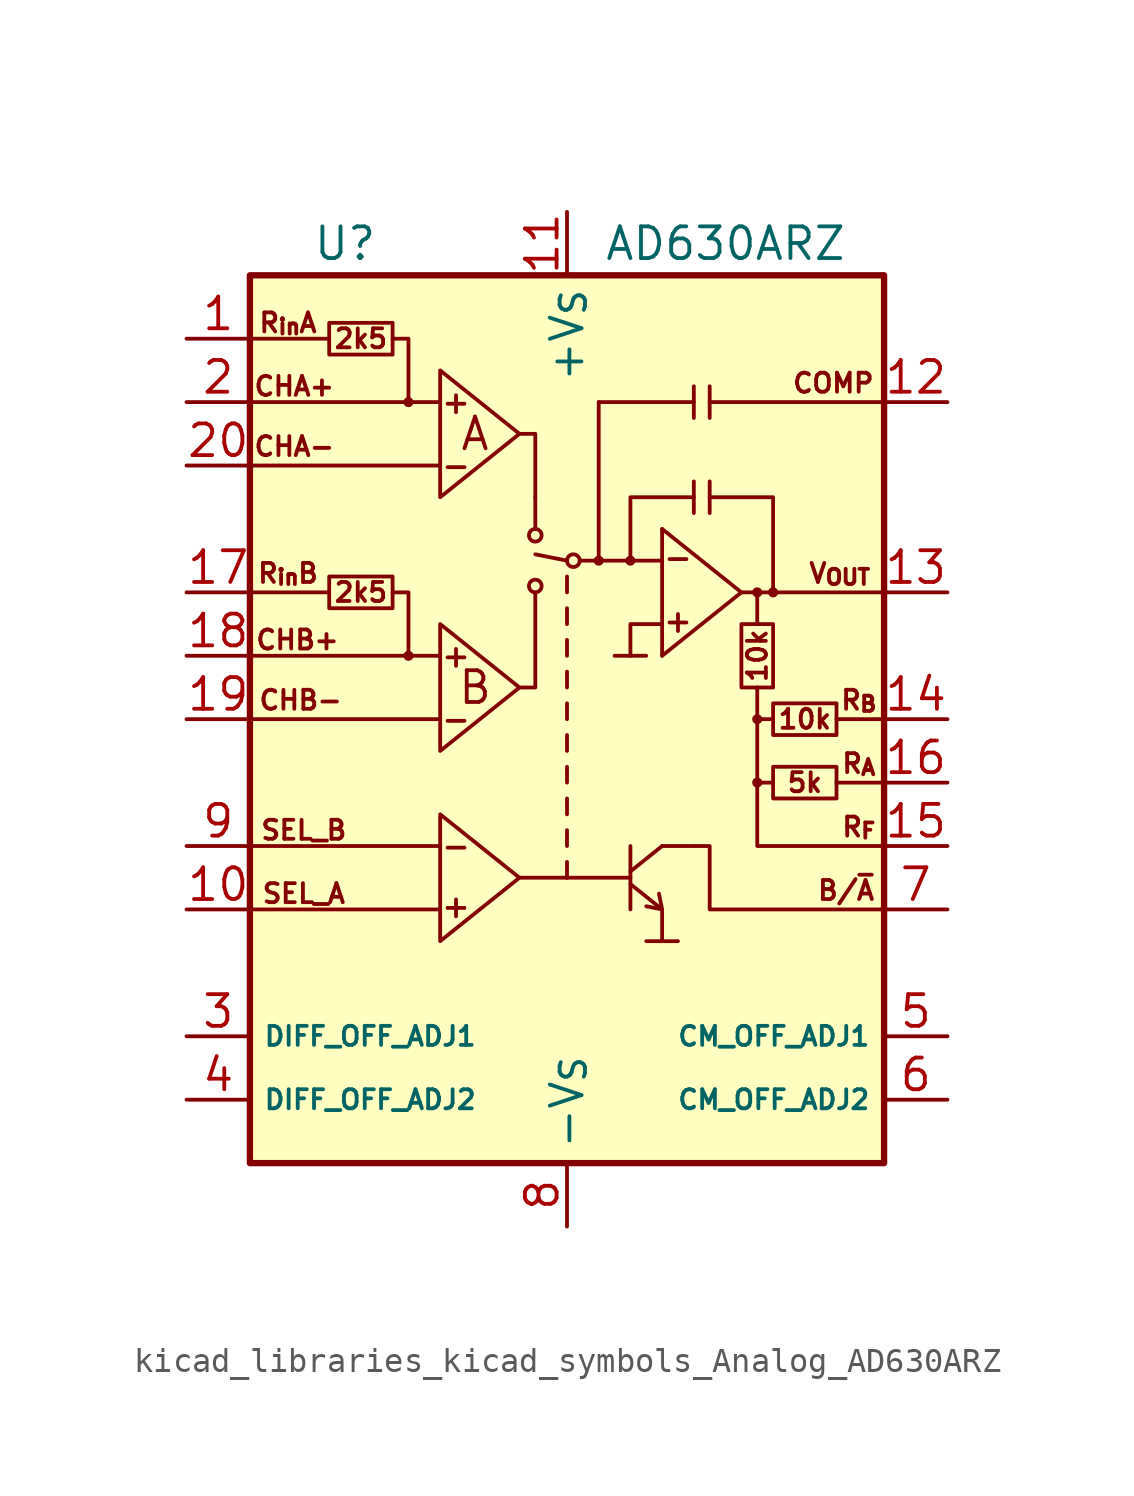
<source format=kicad_sym>
(kicad_symbol_lib
  (version 20220914)
  (generator kicad_symbol_editor)
  (symbol "kicad_libraries_kicad_symbols_Analog_AD630ARZ"
    (property "Reference" "U"
      (at -8.89 19.05 0)
      (effects (font (size 1.27 1.27))))
    (property "Value" "AD630ARZ"
      (at 6.35 19.05 0)
      (effects (font (size 1.27 1.27))))
    (symbol "kicad_libraries_kicad_symbols_Analog_AD630ARZ_0_0"
      (text "+" (at -4.445 -7.493 0) (effects (font (size 0.889 0.889))))
      (text "+" (at -4.445 2.54 0) (effects (font (size 0.889 0.889))))
      (text "+" (at -4.445 12.7 0) (effects (font (size 0.889 0.889))))
      (text "+" (at 4.445 3.937 0) (effects (font (size 0.889 0.889))))
      (text "-" (at -4.445 -5.08 0) (effects (font (size 0.889 0.889))))
      (text "-" (at -4.445 0 0) (effects (font (size 0.889 0.889))))
      (text "-" (at -4.445 10.16 0) (effects (font (size 0.889 0.889))))
      (text "-" (at 4.445 6.477 0) (effects (font (size 0.889 0.889))))
      (text "10k" (at 7.62 2.54 900) (effects (font (size 0.762 0.762))))
      (text "10k" (at 9.525 0 0) (effects (font (size 0.762 0.762))))
      (text "2k5" (at -8.255 5.08 0) (effects (font (size 0.762 0.762))))
      (text "2k5" (at -8.255 15.24 0) (effects (font (size 0.762 0.762))))
      (text "5k" (at 9.525 -2.54 0) (effects (font (size 0.762 0.762))))
      (text "A" (at -3.683 11.43 0) (effects (font (size 1.27 1.27))))
      (text "B" (at -3.683 1.27 0) (effects (font (size 1.27 1.27))))
      (text "B/~{A}" (at 11.176 -6.858 0) (effects (font (size 0.762 0.762))))
      (text "CHA+" (at -10.922 13.335 0) (effects (font (size 0.762 0.762))))
      (text "CHA-" (at -10.922 10.922 0) (effects (font (size 0.762 0.762))))
      (text "CHB+" (at -10.795 3.175 0) (effects (font (size 0.762 0.762))))
      (text "CHB-" (at -10.668 0.762 0) (effects (font (size 0.762 0.762))))
      (text "COMP" (at 10.668 13.462 0) (effects (font (size 0.762 0.762))))
      (text "R_{A}" (at 11.684 -1.778 0) (effects (font (size 0.762 0.762))))
      (text "R_{B}" (at 11.684 0.762 0) (effects (font (size 0.762 0.762))))
      (text "R_{F}" (at 11.684 -4.318 0) (effects (font (size 0.762 0.762))))
      (text "R_{in}A" (at -11.176 15.875 0) (effects (font (size 0.762 0.762))))
      (text "R_{in}B" (at -11.176 5.842 0) (effects (font (size 0.762 0.762))))
      (text "SEL_A" (at -10.541 -6.985 0) (effects (font (size 0.762 0.762))))
      (text "SEL_B" (at -10.541 -4.445 0) (effects (font (size 0.762 0.762))))
      (text "V_{OUT}" (at 10.922 5.842 0) (effects (font (size 0.762 0.762)))))
    (symbol "kicad_libraries_kicad_symbols_Analog_AD630ARZ_0_1"
      (rectangle (start -12.7 17.78) (end 12.7 -17.78) (stroke (width 0.254) (type default)) (fill (type background)))
      (circle (center -6.35 2.54) (radius 0.127) (stroke (width 0) (type default)) (fill (type none)))
      (circle (center -6.35 12.7) (radius 0.127) (stroke (width 0) (type default)) (fill (type none)))
      (circle (center -1.27 5.334) (radius 0.254) (stroke (width 0) (type default)) (fill (type none)))
      (circle (center -1.27 7.366) (radius 0.254) (stroke (width 0) (type default)) (fill (type none)))
      (polyline (pts (xy -12.7 -7.62) (xy -5.08 -7.62)) (stroke (width 0) (type default)) (fill (type none)))
      (polyline (pts (xy -12.7 -5.08) (xy -5.08 -5.08)) (stroke (width 0) (type default)) (fill (type none)))
      (polyline (pts (xy -12.7 0) (xy -5.08 0)) (stroke (width 0) (type default)) (fill (type none)))
      (polyline (pts (xy -12.7 5.08) (xy -9.525 5.08)) (stroke (width 0) (type default)) (fill (type none)))
      (polyline (pts (xy -12.7 10.16) (xy -5.08 10.16)) (stroke (width 0) (type default)) (fill (type none)))
      (polyline (pts (xy -12.7 15.24) (xy -9.525 15.24)) (stroke (width 0) (type default)) (fill (type none)))
      (polyline (pts (xy -6.35 12.7) (xy -5.08 12.7)) (stroke (width 0) (type default)) (fill (type none)))
      (polyline (pts (xy -1.905 -6.35) (xy 0 -6.35)) (stroke (width 0) (type default)) (fill (type none)))
      (polyline (pts (xy -1.27 8.89) (xy -1.27 7.62)) (stroke (width 0) (type default)) (fill (type none)))
      (polyline (pts (xy 0 -6.35) (xy 2.54 -6.35)) (stroke (width 0) (type default)) (fill (type none)))
      (polyline (pts (xy 0 -5.715) (xy 0 -6.35)) (stroke (width 0) (type default)) (fill (type none)))
      (polyline (pts (xy 0 -4.445) (xy 0 -5.08)) (stroke (width 0) (type default)) (fill (type none)))
      (polyline (pts (xy 0 -3.175) (xy 0 -3.81)) (stroke (width 0) (type default)) (fill (type none)))
      (polyline (pts (xy 0 -1.905) (xy 0 -2.54)) (stroke (width 0) (type default)) (fill (type none)))
      (polyline (pts (xy 0 -0.635) (xy 0 -1.27)) (stroke (width 0) (type default)) (fill (type none)))
      (polyline (pts (xy 0 0.635) (xy 0 0)) (stroke (width 0) (type default)) (fill (type none)))
      (polyline (pts (xy 0 1.905) (xy 0 1.27)) (stroke (width 0) (type default)) (fill (type none)))
      (polyline (pts (xy 0 3.175) (xy 0 2.54)) (stroke (width 0) (type default)) (fill (type none)))
      (polyline (pts (xy 0 4.445) (xy 0 3.81)) (stroke (width 0) (type default)) (fill (type none)))
      (polyline (pts (xy 0 5.715) (xy 0 5.08)) (stroke (width 0) (type default)) (fill (type none)))
      (polyline (pts (xy 0 6.35) (xy -1.27 6.604)) (stroke (width 0) (type default)) (fill (type none)))
      (polyline (pts (xy 1.27 6.35) (xy 0.508 6.35)) (stroke (width 0) (type default)) (fill (type none)))
      (polyline (pts (xy 1.27 6.35) (xy 1.27 12.7)) (stroke (width 0) (type default)) (fill (type none)))
      (polyline (pts (xy 1.27 6.35) (xy 3.81 6.35)) (stroke (width 0) (type default)) (fill (type none)))
      (polyline (pts (xy 1.905 2.54) (xy 3.175 2.54)) (stroke (width 0) (type default)) (fill (type none)))
      (polyline (pts (xy 2.54 -6.604) (xy 3.81 -7.62)) (stroke (width 0) (type default)) (fill (type none)))
      (polyline (pts (xy 2.54 -6.096) (xy 3.81 -5.08)) (stroke (width 0) (type default)) (fill (type none)))
      (polyline (pts (xy 2.54 -5.08) (xy 2.54 -7.62)) (stroke (width 0) (type default)) (fill (type none)))
      (polyline (pts (xy 3.81 -8.89) (xy 4.445 -8.89)) (stroke (width 0) (type default)) (fill (type none)))
      (polyline (pts (xy 3.81 -5.08) (xy 5.08 -5.08)) (stroke (width 0) (type default)) (fill (type none)))
      (polyline (pts (xy 3.81 7.62) (xy 3.81 2.54)) (stroke (width 0) (type default)) (fill (type none)))
      (polyline (pts (xy 5.08 9.525) (xy 5.08 8.255)) (stroke (width 0) (type default)) (fill (type none)))
      (polyline (pts (xy 5.08 12.065) (xy 5.08 12.7)) (stroke (width 0) (type default)) (fill (type none)))
      (polyline (pts (xy 5.715 9.525) (xy 5.715 8.255)) (stroke (width 0) (type default)) (fill (type none)))
      (polyline (pts (xy 5.715 12.7) (xy 12.7 12.7)) (stroke (width 0) (type default)) (fill (type none)))
      (polyline (pts (xy 5.715 13.335) (xy 5.715 12.065)) (stroke (width 0) (type default)) (fill (type none)))
      (polyline (pts (xy 7.62 1.27) (xy 7.62 -2.54)) (stroke (width 0) (type default)) (fill (type none)))
      (polyline (pts (xy 7.62 5.08) (xy 12.7 5.08)) (stroke (width 0) (type default)) (fill (type none)))
      (polyline (pts (xy 8.255 -2.54) (xy 7.62 -2.54)) (stroke (width 0) (type default)) (fill (type none)))
      (polyline (pts (xy 8.255 0) (xy 7.62 0)) (stroke (width 0) (type default)) (fill (type none)))
      (polyline (pts (xy 10.795 -2.54) (xy 12.7 -2.54)) (stroke (width 0) (type default)) (fill (type none)))
      (polyline (pts (xy 10.795 0) (xy 12.7 0)) (stroke (width 0) (type default)) (fill (type none)))
      (polyline (pts (xy -6.35 2.54) (xy -5.715 2.54) (xy -5.08 2.54)) (stroke (width 0) (type default)) (fill (type none)))
      (polyline (pts (xy -1.905 1.27) (xy -1.27 1.27) (xy -1.27 5.08)) (stroke (width 0) (type default)) (fill (type none)))
      (polyline (pts (xy -1.905 11.43) (xy -1.27 11.43) (xy -1.27 8.89)) (stroke (width 0) (type default)) (fill (type none)))
      (polyline (pts (xy 1.27 12.7) (xy 5.08 12.7) (xy 5.08 13.335)) (stroke (width 0) (type default)) (fill (type none)))
      (polyline (pts (xy 2.54 6.35) (xy 2.54 8.89) (xy 5.08 8.89)) (stroke (width 0) (type default)) (fill (type none)))
      (polyline (pts (xy 3.683 -6.985) (xy 3.81 -7.62) (xy 3.175 -7.493)) (stroke (width 0) (type default)) (fill (type none)))
      (polyline (pts (xy 3.81 -7.62) (xy 3.81 -8.89) (xy 3.175 -8.89)) (stroke (width 0) (type default)) (fill (type none)))
      (polyline (pts (xy 3.81 3.81) (xy 2.54 3.81) (xy 2.54 2.54)) (stroke (width 0) (type default)) (fill (type none)))
      (polyline (pts (xy 3.81 7.62) (xy 6.985 5.08) (xy 3.81 2.54)) (stroke (width 0) (type default)) (fill (type none)))
      (polyline (pts (xy 5.715 8.89) (xy 8.255 8.89) (xy 8.255 5.08)) (stroke (width 0) (type default)) (fill (type none)))
      (polyline (pts (xy 7.62 -2.54) (xy 7.62 -5.08) (xy 12.7 -5.08)) (stroke (width 0) (type default)) (fill (type none)))
      (polyline (pts (xy 7.62 3.81) (xy 7.62 5.08) (xy 6.985 5.08)) (stroke (width 0) (type default)) (fill (type none)))
      (polyline (pts (xy -6.985 5.08) (xy -6.35 5.08) (xy -6.35 2.54) (xy -12.7 2.54)) (stroke (width 0) (type default)) (fill (type none)))
      (polyline (pts (xy -6.985 15.24) (xy -6.35 15.24) (xy -6.35 12.7) (xy -12.7 12.7)) (stroke (width 0) (type default)) (fill (type none)))
      (polyline (pts (xy -5.08 -3.81) (xy -5.08 -8.89) (xy -1.905 -6.35) (xy -5.08 -3.81)) (stroke (width 0) (type default)) (fill (type none)))
      (polyline (pts (xy -5.08 3.81) (xy -5.08 -1.27) (xy -1.905 1.27) (xy -5.08 3.81)) (stroke (width 0) (type default)) (fill (type none)))
      (polyline (pts (xy -5.08 13.97) (xy -5.08 8.89) (xy -1.905 11.43) (xy -5.08 13.97)) (stroke (width 0) (type default)) (fill (type none)))
      (polyline (pts (xy 5.08 -5.08) (xy 5.715 -5.08) (xy 5.715 -7.62) (xy 12.7 -7.62)) (stroke (width 0) (type default)) (fill (type none)))
      (polyline (pts (xy -9.525 5.715) (xy -9.525 4.445) (xy -6.985 4.445) (xy -6.985 5.715) (xy -9.525 5.715)) (stroke (width 0) (type default)) (fill (type none)))
      (polyline (pts (xy -9.525 15.875) (xy -9.525 14.605) (xy -6.985 14.605) (xy -6.985 15.875) (xy -9.525 15.875)) (stroke (width 0) (type default)) (fill (type none)))
      (polyline (pts (xy 6.985 3.81) (xy 8.255 3.81) (xy 8.255 1.27) (xy 6.985 1.27) (xy 6.985 3.81)) (stroke (width 0) (type default)) (fill (type none)))
      (polyline (pts (xy 8.255 -1.905) (xy 8.255 -3.175) (xy 10.795 -3.175) (xy 10.795 -1.905) (xy 8.255 -1.905)) (stroke (width 0) (type default)) (fill (type none)))
      (polyline (pts (xy 8.255 0.635) (xy 8.255 -0.635) (xy 10.795 -0.635) (xy 10.795 0.635) (xy 8.255 0.635)) (stroke (width 0) (type default)) (fill (type none)))
      (circle (center 0.254 6.35) (radius 0.254) (stroke (width 0) (type default)) (fill (type none)))
      (circle (center 1.27 6.35) (radius 0.127) (stroke (width 0) (type default)) (fill (type none)))
      (circle (center 2.54 6.35) (radius 0.127) (stroke (width 0) (type default)) (fill (type none)))
      (circle (center 7.62 -2.54) (radius 0.127) (stroke (width 0) (type default)) (fill (type none)))
      (circle (center 7.62 0) (radius 0.127) (stroke (width 0) (type default)) (fill (type none)))
      (circle (center 7.62 5.08) (radius 0.127) (stroke (width 0) (type default)) (fill (type none)))
      (circle (center 8.255 5.08) (radius 0.127) (stroke (width 0) (type default)) (fill (type none))))
    (symbol "kicad_libraries_kicad_symbols_Analog_AD630ARZ_1_1"
      (pin input line (at -15.24 15.24 0) (length 2.54) (name "R_{in}A" (effects (font (size 0 0)))) (number "1" (effects (font (size 1.27 1.27)))))
      (pin input line (at -15.24 -7.62 0) (length 2.54) (name "SEL_A" (effects (font (size 0 0)))) (number "10" (effects (font (size 1.27 1.27)))))
      (pin power_in line (at 0 20.32 270) (length 2.54) (name "+V_{S}" (effects (font (size 1.27 1.27)))) (number "11" (effects (font (size 1.27 1.27)))))
      (pin passive line (at 15.24 12.7 180) (length 2.54) (name "COMP" (effects (font (size 0 0)))) (number "12" (effects (font (size 1.27 1.27)))))
      (pin output line (at 15.24 5.08 180) (length 2.54) (name "V_{OUT}" (effects (font (size 0 0)))) (number "13" (effects (font (size 1.27 1.27)))))
      (pin output line (at 15.24 0 180) (length 2.54) (name "R_{B}" (effects (font (size 0 0)))) (number "14" (effects (font (size 1.27 1.27)))))
      (pin output line (at 15.24 -5.08 180) (length 2.54) (name "R_{F}" (effects (font (size 0 0)))) (number "15" (effects (font (size 1.27 1.27)))))
      (pin output line (at 15.24 -2.54 180) (length 2.54) (name "R_{A}" (effects (font (size 0 0)))) (number "16" (effects (font (size 1.27 1.27)))))
      (pin input line (at -15.24 5.08 0) (length 2.54) (name "R_{in}B" (effects (font (size 0 0)))) (number "17" (effects (font (size 1.27 1.27)))))
      (pin input line (at -15.24 2.54 0) (length 2.54) (name "CHB+" (effects (font (size 0 0)))) (number "18" (effects (font (size 1.27 1.27)))))
      (pin input line (at -15.24 0 0) (length 2.54) (name "CHB-" (effects (font (size 0 0)))) (number "19" (effects (font (size 1.27 1.27)))))
      (pin input line (at -15.24 12.7 0) (length 2.54) (name "CHA+" (effects (font (size 0 0)))) (number "2" (effects (font (size 1.27 1.27)))))
      (pin input line (at -15.24 10.16 0) (length 2.54) (name "CHA-" (effects (font (size 0 0)))) (number "20" (effects (font (size 1.27 1.27)))))
      (pin passive line (at -15.24 -12.7 0) (length 2.54) (name "DIFF_OFF_ADJ1" (effects (font (size 0.762 0.762)))) (number "3" (effects (font (size 1.27 1.27)))))
      (pin passive line (at -15.24 -15.24 0) (length 2.54) (name "DIFF_OFF_ADJ2" (effects (font (size 0.762 0.762)))) (number "4" (effects (font (size 1.27 1.27)))))
      (pin passive line (at 15.24 -12.7 180) (length 2.54) (name "CM_OFF_ADJ1" (effects (font (size 0.762 0.762)))) (number "5" (effects (font (size 1.27 1.27)))))
      (pin passive line (at 15.24 -15.24 180) (length 2.54) (name "CM_OFF_ADJ2" (effects (font (size 0.762 0.762)))) (number "6" (effects (font (size 1.27 1.27)))))
      (pin open_collector line (at 15.24 -7.62 180) (length 2.54) (name "B/~{A}" (effects (font (size 0 0)))) (number "7" (effects (font (size 1.27 1.27)))))
      (pin power_in line (at 0 -20.32 90) (length 2.54) (name "-V_{S}" (effects (font (size 1.27 1.27)))) (number "8" (effects (font (size 1.27 1.27)))))
      (pin input line (at -15.24 -5.08 0) (length 2.54) (name "SEL_B" (effects (font (size 0 0)))) (number "9" (effects (font (size 1.27 1.27))))))))
</source>
